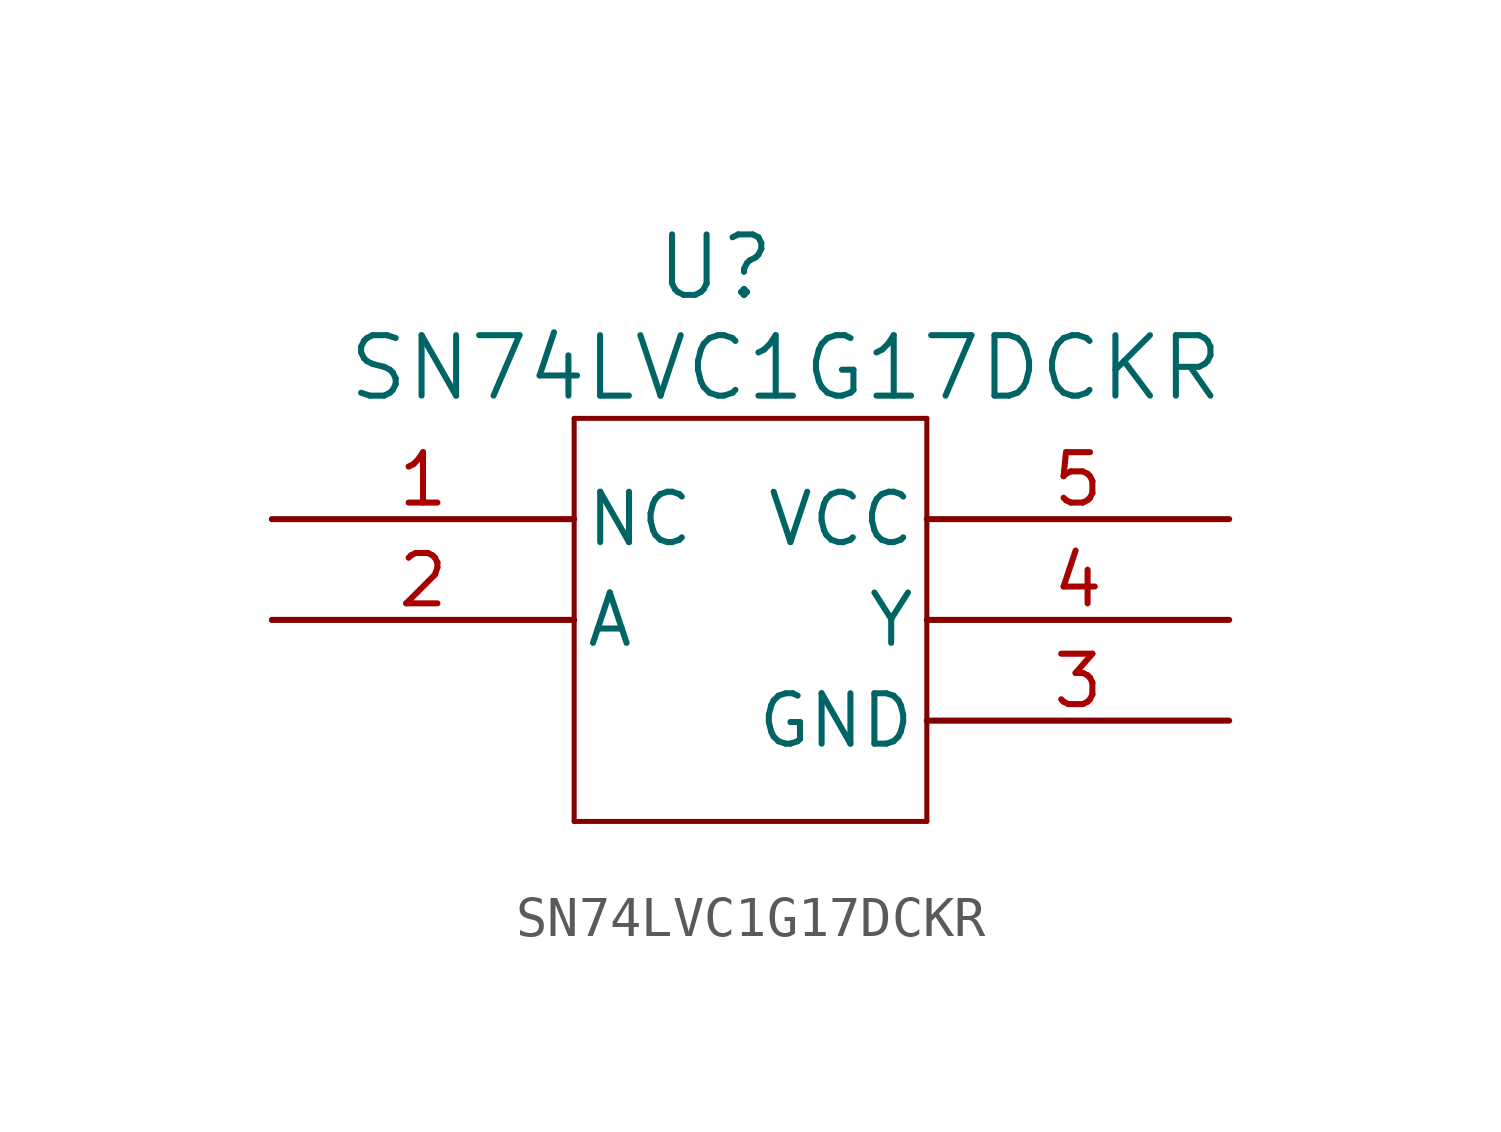
<source format=kicad_sym>
(kicad_symbol_lib
  (version 20231120)
  (generator "kicad_symbol_editor")
  (generator_version "8.0")
  (symbol "SN74LVC1G17DCKR"
    (pin_names
      (offset 0.254))
    (property "Reference" "U"
      (at 11.176 6.35 0)
      (effects (font (size 1.524 1.524))))
    (property "Value" "SN74LVC1G17DCKR"
      (at 12.954 3.81 0)
      (effects (font (size 1.524 1.524))))
    (property "ki_locked" ""
      (at 0 0 0)
      (effects (font (size 1.27 1.27))))
    (symbol "SN74LVC1G17DCKR_0_1"
      (polyline (pts (xy 7.62 -7.62) (xy 16.51 -7.62)) (stroke (width 0.127) (type default)) (fill (type none)))
      (polyline (pts (xy 7.62 2.54) (xy 7.62 -7.62)) (stroke (width 0.127) (type default)) (fill (type none)))
      (polyline (pts (xy 16.51 -7.62) (xy 16.51 2.54)) (stroke (width 0.127) (type default)) (fill (type none)))
      (polyline (pts (xy 16.51 2.54) (xy 7.62 2.54)) (stroke (width 0.127) (type default)) (fill (type none)))
      (pin unspecified line (at 0 0 0) (length 7.62) (name "NC" (effects (font (size 1.27 1.27)))) (number "1" (effects (font (size 1.27 1.27)))))
      (pin input line (at 0 -2.54 0) (length 7.62) (name "A" (effects (font (size 1.27 1.27)))) (number "2" (effects (font (size 1.27 1.27)))))
      (pin power_in line (at 24.13 -5.08 180) (length 7.62) (name "GND" (effects (font (size 1.27 1.27)))) (number "3" (effects (font (size 1.27 1.27)))))
      (pin output line (at 24.13 -2.54 180) (length 7.62) (name "Y" (effects (font (size 1.27 1.27)))) (number "4" (effects (font (size 1.27 1.27)))))
      (pin power_in line (at 24.13 0 180) (length 7.62) (name "VCC" (effects (font (size 1.27 1.27)))) (number "5" (effects (font (size 1.27 1.27))))))))
</source>
